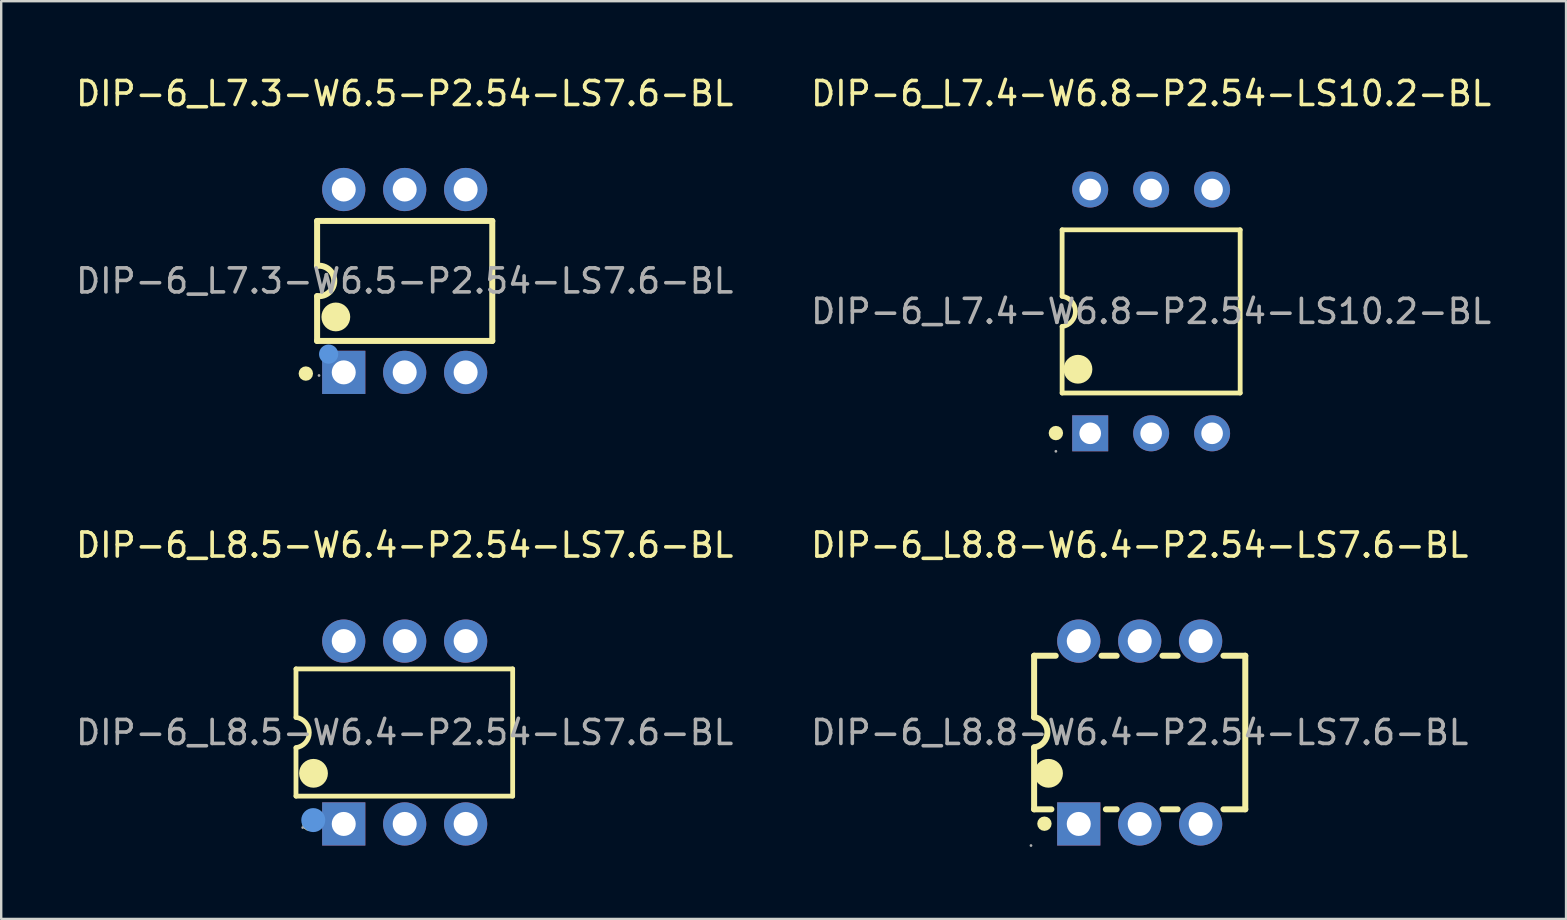
<source format=kicad_pcb>
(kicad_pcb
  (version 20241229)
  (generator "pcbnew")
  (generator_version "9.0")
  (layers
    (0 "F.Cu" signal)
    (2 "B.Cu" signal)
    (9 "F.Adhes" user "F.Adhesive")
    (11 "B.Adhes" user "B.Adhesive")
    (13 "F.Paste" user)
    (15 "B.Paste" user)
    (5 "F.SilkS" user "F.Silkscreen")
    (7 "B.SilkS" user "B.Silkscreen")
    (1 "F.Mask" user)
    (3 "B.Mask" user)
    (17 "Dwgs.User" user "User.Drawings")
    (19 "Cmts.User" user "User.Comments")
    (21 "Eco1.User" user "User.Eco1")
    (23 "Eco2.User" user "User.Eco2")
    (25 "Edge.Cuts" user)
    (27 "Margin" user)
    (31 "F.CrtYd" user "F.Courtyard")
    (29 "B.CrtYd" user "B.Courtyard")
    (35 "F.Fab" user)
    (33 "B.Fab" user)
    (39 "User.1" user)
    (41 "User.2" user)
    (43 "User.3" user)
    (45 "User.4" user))
  (footprint "DIP-6_L8.8-W6.4-P2.54-LS7.6-BL"
    (layer "F.Cu")
    (at 44.446 27.477)
    (property "Reference" "DIP-6_L8.8-W6.4-P2.54-LS7.6-BL" (at 0 -7.81 0) (layer "F.SilkS") (effects (font (size 1 1) (thickness 0.15))))
    (attr through_hole)
    (fp_line (start -4.4 -3.2) (end -4.4 -0.63) (stroke (width 0.25) (type solid)) (layer "F.SilkS"))
    (fp_line (start -4.4 -3.2) (end -3.5 -3.2) (stroke (width 0.25) (type solid)) (layer "F.SilkS"))
    (fp_line (start -4.4 3.2) (end -4.4 0.62) (stroke (width 0.25) (type solid)) (layer "F.SilkS"))
    (fp_line (start -3.68 3.2) (end -4.4 3.2) (stroke (width 0.25) (type solid)) (layer "F.SilkS"))
    (fp_line (start -1.59 -3.2) (end -0.96 -3.2) (stroke (width 0.25) (type solid)) (layer "F.SilkS"))
    (fp_line (start -0.96 3.2) (end -1.41 3.2) (stroke (width 0.25) (type solid)) (layer "F.SilkS"))
    (fp_line (start 0.95 -3.2) (end 1.58 -3.2) (stroke (width 0.25) (type solid)) (layer "F.SilkS"))
    (fp_line (start 1.58 3.2) (end 0.95 3.2) (stroke (width 0.25) (type solid)) (layer "F.SilkS"))
    (fp_line (start 3.49 -3.2) (end 4.4 -3.2) (stroke (width 0.25) (type solid)) (layer "F.SilkS"))
    (fp_line (start 4.4 -3.2) (end 4.4 3.2) (stroke (width 0.25) (type solid)) (layer "F.SilkS"))
    (fp_line (start 4.4 3.2) (end 3.49 3.2) (stroke (width 0.25) (type solid)) (layer "F.SilkS"))
    (fp_arc (start -4.400262 -0.640033) (mid -3.844941 -0.010132) (end -4.4 0.62) (stroke (width 0.25) (type solid)) (layer "F.SilkS"))
    (fp_arc (start -3.97 3.8) (mid -3.97 3.8) (end -3.97 3.8) (stroke (width 0.3) (type solid)) (layer "F.SilkS"))
    (fp_arc (start -3.8 1.7) (mid -3.8 1.7) (end -3.8 1.7) (stroke (width 0.6) (type solid)) (layer "F.SilkS"))
    (fp_circle (center -4.53 4.71) (end -4.5 4.71) (stroke (width 0.06) (type solid)) (fill no) (layer "F.Fab"))
    (fp_circle (center -2.54 -3.81) (end -2.34 -3.81) (stroke (width 0.4) (type solid)) (fill no) (layer "F.Fab"))
    (fp_circle (center -2.54 3.81) (end -2.34 3.81) (stroke (width 0.4) (type solid)) (fill no) (layer "F.Fab"))
    (fp_circle (center 0 -3.81) (end 0.2 -3.81) (stroke (width 0.4) (type solid)) (fill no) (layer "F.Fab"))
    (fp_circle (center 0 3.81) (end 0.2 3.81) (stroke (width 0.4) (type solid)) (fill no) (layer "F.Fab"))
    (fp_circle (center 2.54 -3.81) (end 2.74 -3.81) (stroke (width 0.4) (type solid)) (fill no) (layer "F.Fab"))
    (fp_circle (center 2.54 3.81) (end 2.74 3.81) (stroke (width 0.4) (type solid)) (fill no) (layer "F.Fab"))
    (fp_text user "${REFERENCE}" (at 0 0 0) (layer "F.Fab") (effects (font (size 1 1) (thickness 0.15))))
    (pad "1" thru_hole rect (at -2.54 3.81 180) (size 1.8 1.8) (drill 1) (layers "*.Cu" "*.Paste" "*.Mask"))
    (pad "2" thru_hole circle (at 0 3.81 90) (size 1.8 1.8) (drill 1) (layers "*.Cu" "*.Paste" "*.Mask"))
    (pad "3" thru_hole circle (at 2.54 3.81 90) (size 1.8 1.8) (drill 1) (layers "*.Cu" "*.Paste" "*.Mask"))
    (pad "4" thru_hole circle (at 2.54 -3.81 90) (size 1.8 1.8) (drill 1) (layers "*.Cu" "*.Paste" "*.Mask"))
    (pad "5" thru_hole circle (at 0 -3.81 90) (size 1.8 1.8) (drill 1) (layers "*.Cu" "*.Paste" "*.Mask"))
    (pad "6" thru_hole circle (at -2.54 -3.81 90) (size 1.8 1.8) (drill 1) (layers "*.Cu" "*.Paste" "*.Mask")))
  (footprint "DIP-6_L7.3-W6.5-P2.54-LS7.6-BL"
    (layer "F.Cu")
    (at 13.815 8.658)
    (property "Reference" "DIP-6_L7.3-W6.5-P2.54-LS7.6-BL" (at 0 -7.81 0) (layer "F.SilkS") (effects (font (size 1 1) (thickness 0.15))))
    (attr through_hole)
    (fp_line (start -3.65 -2.5) (end 3.65 -2.5) (stroke (width 0.25) (type solid)) (layer "F.SilkS"))
    (fp_line (start -3.65 -0.63) (end -3.65 -2.5) (stroke (width 0.25) (type solid)) (layer "F.SilkS"))
    (fp_line (start -3.65 0.64) (end -3.65 2.5) (stroke (width 0.25) (type solid)) (layer "F.SilkS"))
    (fp_line (start -3.65 2.5) (end 3.65 2.5) (stroke (width 0.25) (type solid)) (layer "F.SilkS"))
    (fp_line (start 3.65 -2.5) (end 3.65 2.5) (stroke (width 0.25) (type solid)) (layer "F.SilkS"))
    (fp_arc (start -4.12 3.86) (mid -4.12 3.86) (end -4.12 3.86) (stroke (width 0.3) (type solid)) (layer "F.SilkS"))
    (fp_arc (start -3.65 -0.63) (mid -2.934941 -0.000797) (end -3.648418 0.630199) (stroke (width 0.25) (type solid)) (layer "F.SilkS"))
    (fp_arc (start -2.87 1.5) (mid -2.87 1.5) (end -2.87 1.5) (stroke (width 0.6) (type solid)) (layer "F.SilkS"))
    (fp_circle (center -3.17 3.05) (end -2.97 3.05) (stroke (width 0.4) (type solid)) (fill no) (layer "Cmts.User"))
    (fp_circle (center -3.57 3.94) (end -3.54 3.94) (stroke (width 0.06) (type solid)) (fill no) (layer "F.Fab"))
    (fp_text user "${REFERENCE}" (at 0 0 0) (layer "F.Fab") (effects (font (size 1 1) (thickness 0.15))))
    (pad "1" thru_hole rect (at -2.54 3.81 90) (size 1.8 1.8) (drill 1) (layers "*.Cu" "*.Paste" "*.Mask"))
    (pad "2" thru_hole circle (at 0 3.81 90) (size 1.8 1.8) (drill 1) (layers "*.Cu" "*.Paste" "*.Mask"))
    (pad "3" thru_hole circle (at 2.54 3.81 90) (size 1.8 1.8) (drill 1) (layers "*.Cu" "*.Paste" "*.Mask"))
    (pad "4" thru_hole circle (at 2.54 -3.81 90) (size 1.8 1.8) (drill 1) (layers "*.Cu" "*.Paste" "*.Mask"))
    (pad "5" thru_hole circle (at 0 -3.81 90) (size 1.8 1.8) (drill 1) (layers "*.Cu" "*.Paste" "*.Mask"))
    (pad "6" thru_hole circle (at -2.54 -3.81 90) (size 1.8 1.8) (drill 1) (layers "*.Cu" "*.Paste" "*.Mask")))
  (footprint "DIP-6_L7.4-W6.8-P2.54-LS10.2-BL"
    (layer "F.Cu")
    (at 44.923 9.928)
    (property "Reference" "DIP-6_L7.4-W6.8-P2.54-LS10.2-BL" (at 0 -9.08 0) (layer "F.SilkS") (effects (font (size 1 1) (thickness 0.15))))
    (attr through_hole)
    (fp_line (start -3.71 -3.4) (end -3.71 -0.63) (stroke (width 0.2) (type solid)) (layer "F.SilkS"))
    (fp_line (start -3.71 -3.4) (end 3.71 -3.4) (stroke (width 0.2) (type solid)) (layer "F.SilkS"))
    (fp_line (start -3.71 0.63) (end -3.71 3.4) (stroke (width 0.2) (type solid)) (layer "F.SilkS"))
    (fp_line (start 3.71 3.4) (end -3.71 3.4) (stroke (width 0.2) (type solid)) (layer "F.SilkS"))
    (fp_line (start 3.71 3.4) (end 3.71 -3.4) (stroke (width 0.2) (type solid)) (layer "F.SilkS"))
    (fp_arc (start -3.97 5.07) (mid -3.97 5.07) (end -3.97 5.07) (stroke (width 0.3) (type solid)) (layer "F.SilkS"))
    (fp_arc (start -3.71 -0.63) (mid -3.154941 0.000797) (end -3.711582 0.630199) (stroke (width 0.2) (type solid)) (layer "F.SilkS"))
    (fp_arc (start -3.05 2.41) (mid -3.05 2.41) (end -3.05 2.41) (stroke (width 0.6) (type solid)) (layer "F.SilkS"))
    (fp_circle (center -3.97 5.83) (end -3.94 5.83) (stroke (width 0.06) (type solid)) (fill no) (layer "F.Fab"))
    (fp_circle (center -2.54 -5.08) (end -2.36 -5.08) (stroke (width 0.35) (type solid)) (fill no) (layer "F.Fab"))
    (fp_circle (center -2.54 5.08) (end -2.36 5.08) (stroke (width 0.35) (type solid)) (fill no) (layer "F.Fab"))
    (fp_circle (center 0 -5.08) (end 0.18 -5.08) (stroke (width 0.35) (type solid)) (fill no) (layer "F.Fab"))
    (fp_circle (center 0 5.08) (end 0.18 5.08) (stroke (width 0.35) (type solid)) (fill no) (layer "F.Fab"))
    (fp_circle (center 2.54 -5.08) (end 2.72 -5.08) (stroke (width 0.35) (type solid)) (fill no) (layer "F.Fab"))
    (fp_circle (center 2.54 5.08) (end 2.72 5.08) (stroke (width 0.35) (type solid)) (fill no) (layer "F.Fab"))
    (fp_text user "${REFERENCE}" (at 0 0 0) (layer "F.Fab") (effects (font (size 1 1) (thickness 0.15))))
    (pad "1" thru_hole rect (at -2.54 5.08 90) (size 1.5 1.5) (drill 0.9) (layers "*.Cu" "*.Paste" "*.Mask"))
    (pad "2" thru_hole circle (at 0 5.08 90) (size 1.5 1.5) (drill 0.9) (layers "*.Cu" "*.Paste" "*.Mask"))
    (pad "3" thru_hole circle (at 2.54 5.08 90) (size 1.5 1.5) (drill 0.9) (layers "*.Cu" "*.Paste" "*.Mask"))
    (pad "4" thru_hole circle (at 2.54 -5.08 90) (size 1.5 1.5) (drill 0.9) (layers "*.Cu" "*.Paste" "*.Mask"))
    (pad "5" thru_hole circle (at 0 -5.08 90) (size 1.5 1.5) (drill 0.9) (layers "*.Cu" "*.Paste" "*.Mask"))
    (pad "6" thru_hole circle (at -2.54 -5.08 90) (size 1.5 1.5) (drill 0.9) (layers "*.Cu" "*.Paste" "*.Mask")))
  (footprint "DIP-6_L8.5-W6.4-P2.54-LS7.6-BL"
    (layer "F.Cu")
    (at 13.815 27.477)
    (property "Reference" "DIP-6_L8.5-W6.4-P2.54-LS7.6-BL" (at 0 -7.81 0) (layer "F.SilkS") (effects (font (size 1 1) (thickness 0.15))))
    (attr through_hole)
    (fp_line (start -4.53 -2.65) (end 4.5 -2.65) (stroke (width 0.2) (type solid)) (layer "F.SilkS"))
    (fp_line (start -4.53 -0.63) (end -4.53 -2.65) (stroke (width 0.2) (type solid)) (layer "F.SilkS"))
    (fp_line (start -4.53 2.65) (end -4.53 0.64) (stroke (width 0.2) (type solid)) (layer "F.SilkS"))
    (fp_line (start 4.5 -2.65) (end 4.5 2.65) (stroke (width 0.2) (type solid)) (layer "F.SilkS"))
    (fp_line (start 4.5 2.65) (end -4.53 2.65) (stroke (width 0.2) (type solid)) (layer "F.SilkS"))
    (fp_arc (start -4.53 -0.63) (mid -3.974941 0.000797) (end -4.531582 0.630199) (stroke (width 0.2) (type solid)) (layer "F.SilkS"))
    (fp_arc (start -3.97 3.8) (mid -3.97 3.8) (end -3.97 3.8) (stroke (width 0.3) (type solid)) (layer "F.SilkS"))
    (fp_arc (start -3.8 1.7) (mid -3.8 1.7) (end -3.8 1.7) (stroke (width 0.6) (type solid)) (layer "F.SilkS"))
    (fp_circle (center -3.81 3.65) (end -3.56 3.65) (stroke (width 0.5) (type solid)) (fill no) (layer "Cmts.User"))
    (fp_circle (center -4.25 3.96) (end -4.22 3.96) (stroke (width 0.06) (type solid)) (fill no) (layer "F.Fab"))
    (fp_text user "${REFERENCE}" (at 0 0 0) (layer "F.Fab") (effects (font (size 1 1) (thickness 0.15))))
    (pad "1" thru_hole rect (at -2.54 3.81 90) (size 1.8 1.8) (drill 1) (layers "*.Cu" "*.Paste" "*.Mask"))
    (pad "2" thru_hole circle (at 0 3.81 90) (size 1.8 1.8) (drill 1) (layers "*.Cu" "*.Paste" "*.Mask"))
    (pad "3" thru_hole circle (at 2.54 3.81 90) (size 1.8 1.8) (drill 1) (layers "*.Cu" "*.Paste" "*.Mask"))
    (pad "4" thru_hole circle (at 2.54 -3.81 90) (size 1.8 1.8) (drill 1) (layers "*.Cu" "*.Paste" "*.Mask"))
    (pad "5" thru_hole circle (at 0 -3.81 90) (size 1.8 1.8) (drill 1) (layers "*.Cu" "*.Paste" "*.Mask"))
    (pad "6" thru_hole circle (at -2.54 -3.81 90) (size 1.8 1.8) (drill 1) (layers "*.Cu" "*.Paste" "*.Mask")))
  (gr_rect
    (start -3 -3)
    (end 62.214 35.246)
    (stroke (width 0.1) (type default))
    (fill no)
    (layer "Edge.Cuts")))
</source>
